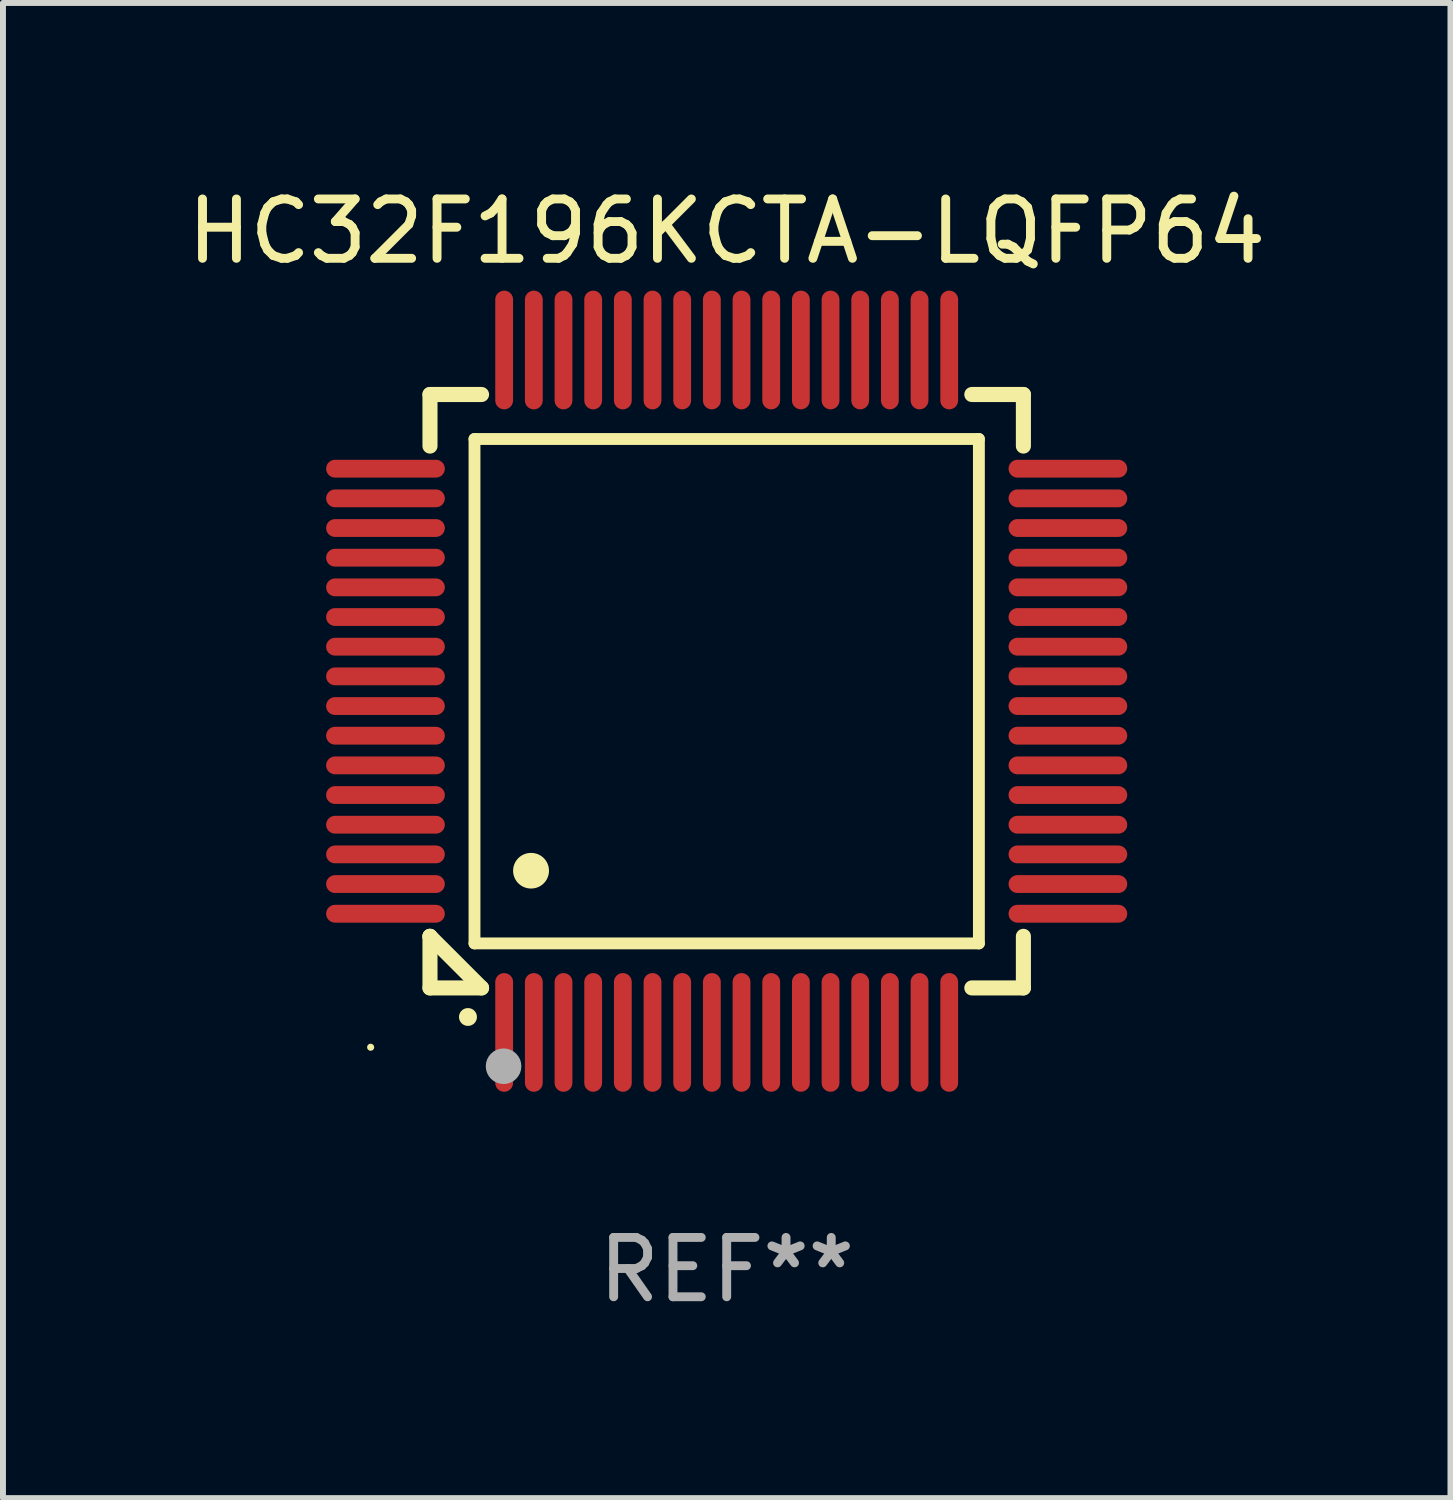
<source format=kicad_pcb>
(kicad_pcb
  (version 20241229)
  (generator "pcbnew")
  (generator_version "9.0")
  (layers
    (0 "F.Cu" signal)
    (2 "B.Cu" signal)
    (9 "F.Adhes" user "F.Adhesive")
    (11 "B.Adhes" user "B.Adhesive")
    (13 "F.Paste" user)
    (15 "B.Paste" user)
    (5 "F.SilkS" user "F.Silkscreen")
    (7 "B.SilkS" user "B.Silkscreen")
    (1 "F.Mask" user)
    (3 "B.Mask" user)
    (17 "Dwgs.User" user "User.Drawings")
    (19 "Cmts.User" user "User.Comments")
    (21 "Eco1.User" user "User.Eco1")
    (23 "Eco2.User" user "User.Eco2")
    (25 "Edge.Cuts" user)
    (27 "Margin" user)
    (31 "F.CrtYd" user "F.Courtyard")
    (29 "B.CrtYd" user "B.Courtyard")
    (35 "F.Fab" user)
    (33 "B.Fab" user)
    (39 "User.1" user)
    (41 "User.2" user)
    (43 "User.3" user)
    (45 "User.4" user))
  (footprint "HC32F196KCTA-LQFP64"
    (layer "F.Cu")
    (at 9.196 8.598)
    (property "Reference" "HC32F196KCTA-LQFP64" (at 0 -7.75 0) (layer "F.SilkS") (effects (font (size 1 1) (thickness 0.15))))
    (attr through_hole)
    (fp_line (start -5 -5) (end -4.131 -5) (stroke (width 0.254) (type solid)) (layer "F.SilkS"))
    (fp_line (start -5 -4.131) (end -5 -5) (stroke (width 0.254) (type solid)) (layer "F.SilkS"))
    (fp_line (start -5 4.131) (end -5 4.131) (stroke (width 0.254) (type solid)) (layer "F.SilkS"))
    (fp_line (start -5 5) (end -5 4.131) (stroke (width 0.254) (type solid)) (layer "F.SilkS"))
    (fp_line (start -5 4.131) (end -4.131 5) (stroke (width 0.254) (type solid)) (layer "F.SilkS"))
    (fp_line (start -4.25 -4.25) (end -4.25 4.25) (stroke (width 0.2) (type solid)) (layer "F.SilkS"))
    (fp_line (start -4.25 4.25) (end 4.25 4.25) (stroke (width 0.2) (type solid)) (layer "F.SilkS"))
    (fp_line (start -4.131 5) (end -5 5) (stroke (width 0.254) (type solid)) (layer "F.SilkS"))
    (fp_line (start 4.25 -4.25) (end -4.25 -4.25) (stroke (width 0.2) (type solid)) (layer "F.SilkS"))
    (fp_line (start 4.25 4.25) (end 4.25 -4.25) (stroke (width 0.2) (type solid)) (layer "F.SilkS"))
    (fp_line (start 5 -5) (end 4.131 -5) (stroke (width 0.254) (type solid)) (layer "F.SilkS"))
    (fp_line (start 5 -5) (end 5 -4.131) (stroke (width 0.254) (type solid)) (layer "F.SilkS"))
    (fp_line (start 5 4.131) (end 5 5) (stroke (width 0.254) (type solid)) (layer "F.SilkS"))
    (fp_line (start 5 5) (end 4.131 5) (stroke (width 0.254) (type solid)) (layer "F.SilkS"))
    (fp_arc (start -4.361265 5.489992) (mid -4.359995 5.489987) (end -4.358725 5.489992) (stroke (width 0.3) (type solid)) (layer "F.SilkS"))
    (fp_arc (start -3.299467 3.025146) (mid -3.296927 3.025135) (end -3.294387 3.025146) (stroke (width 0.6) (type solid)) (layer "F.SilkS"))
    (fp_circle (center -6 6) (end -5.97 6) (stroke (width 0.06) (type solid)) (fill no) (layer "F.SilkS"))
    (fp_circle (center -3.76 6.32) (end -3.61 6.32) (stroke (width 0.3) (type solid)) (fill no) (layer "F.Fab"))
    (fp_text user "REF**" (at 0 9.75 0) (layer "F.Fab") (effects (font (size 1 1) (thickness 0.15))))
    (pad "1" smd oval (at -3.75 5.75) (size 0.3 2) (layers "F.Cu" "F.Mask" "F.Paste"))
    (pad "2" smd oval (at -3.25 5.75) (size 0.3 2) (layers "F.Cu" "F.Mask" "F.Paste"))
    (pad "3" smd oval (at -2.75 5.75) (size 0.3 2) (layers "F.Cu" "F.Mask" "F.Paste"))
    (pad "4" smd oval (at -2.25 5.75) (size 0.3 2) (layers "F.Cu" "F.Mask" "F.Paste"))
    (pad "5" smd oval (at -1.75 5.75) (size 0.3 2) (layers "F.Cu" "F.Mask" "F.Paste"))
    (pad "6" smd oval (at -1.25 5.75) (size 0.3 2) (layers "F.Cu" "F.Mask" "F.Paste"))
    (pad "7" smd oval (at -0.75 5.75) (size 0.3 2) (layers "F.Cu" "F.Mask" "F.Paste"))
    (pad "8" smd oval (at -0.25 5.75) (size 0.3 2) (layers "F.Cu" "F.Mask" "F.Paste"))
    (pad "9" smd oval (at 0.25 5.75) (size 0.3 2) (layers "F.Cu" "F.Mask" "F.Paste"))
    (pad "10" smd oval (at 0.75 5.75) (size 0.3 2) (layers "F.Cu" "F.Mask" "F.Paste"))
    (pad "11" smd oval (at 1.25 5.75) (size 0.3 2) (layers "F.Cu" "F.Mask" "F.Paste"))
    (pad "12" smd oval (at 1.75 5.75) (size 0.3 2) (layers "F.Cu" "F.Mask" "F.Paste"))
    (pad "13" smd oval (at 2.25 5.75) (size 0.3 2) (layers "F.Cu" "F.Mask" "F.Paste"))
    (pad "14" smd oval (at 2.75 5.75) (size 0.3 2) (layers "F.Cu" "F.Mask" "F.Paste"))
    (pad "15" smd oval (at 3.25 5.75) (size 0.3 2) (layers "F.Cu" "F.Mask" "F.Paste"))
    (pad "16" smd oval (at 3.75 5.75) (size 0.3 2) (layers "F.Cu" "F.Mask" "F.Paste"))
    (pad "17" smd oval (at 5.75 3.75) (size 2 0.3) (layers "F.Cu" "F.Mask" "F.Paste"))
    (pad "18" smd oval (at 5.75 3.25) (size 2 0.3) (layers "F.Cu" "F.Mask" "F.Paste"))
    (pad "19" smd oval (at 5.75 2.75) (size 2 0.3) (layers "F.Cu" "F.Mask" "F.Paste"))
    (pad "20" smd oval (at 5.75 2.25) (size 2 0.3) (layers "F.Cu" "F.Mask" "F.Paste"))
    (pad "21" smd oval (at 5.75 1.75) (size 2 0.3) (layers "F.Cu" "F.Mask" "F.Paste"))
    (pad "22" smd oval (at 5.75 1.25) (size 2 0.3) (layers "F.Cu" "F.Mask" "F.Paste"))
    (pad "23" smd oval (at 5.75 0.75) (size 2 0.3) (layers "F.Cu" "F.Mask" "F.Paste"))
    (pad "24" smd oval (at 5.75 0.25) (size 2 0.3) (layers "F.Cu" "F.Mask" "F.Paste"))
    (pad "25" smd oval (at 5.75 -0.25) (size 2 0.3) (layers "F.Cu" "F.Mask" "F.Paste"))
    (pad "26" smd oval (at 5.75 -0.75) (size 2 0.3) (layers "F.Cu" "F.Mask" "F.Paste"))
    (pad "27" smd oval (at 5.75 -1.25) (size 2 0.3) (layers "F.Cu" "F.Mask" "F.Paste"))
    (pad "28" smd oval (at 5.75 -1.75) (size 2 0.3) (layers "F.Cu" "F.Mask" "F.Paste"))
    (pad "29" smd oval (at 5.75 -2.25) (size 2 0.3) (layers "F.Cu" "F.Mask" "F.Paste"))
    (pad "30" smd oval (at 5.75 -2.75) (size 2 0.3) (layers "F.Cu" "F.Mask" "F.Paste"))
    (pad "31" smd oval (at 5.75 -3.25) (size 2 0.3) (layers "F.Cu" "F.Mask" "F.Paste"))
    (pad "32" smd oval (at 5.75 -3.75) (size 2 0.3) (layers "F.Cu" "F.Mask" "F.Paste"))
    (pad "33" smd oval (at 3.75 -5.75) (size 0.3 2) (layers "F.Cu" "F.Mask" "F.Paste"))
    (pad "34" smd oval (at 3.25 -5.75) (size 0.3 2) (layers "F.Cu" "F.Mask" "F.Paste"))
    (pad "35" smd oval (at 2.75 -5.75) (size 0.3 2) (layers "F.Cu" "F.Mask" "F.Paste"))
    (pad "36" smd oval (at 2.25 -5.75) (size 0.3 2) (layers "F.Cu" "F.Mask" "F.Paste"))
    (pad "37" smd oval (at 1.75 -5.75) (size 0.3 2) (layers "F.Cu" "F.Mask" "F.Paste"))
    (pad "38" smd oval (at 1.25 -5.75) (size 0.3 2) (layers "F.Cu" "F.Mask" "F.Paste"))
    (pad "39" smd oval (at 0.75 -5.75) (size 0.3 2) (layers "F.Cu" "F.Mask" "F.Paste"))
    (pad "40" smd oval (at 0.25 -5.75) (size 0.3 2) (layers "F.Cu" "F.Mask" "F.Paste"))
    (pad "41" smd oval (at -0.25 -5.75) (size 0.3 2) (layers "F.Cu" "F.Mask" "F.Paste"))
    (pad "42" smd oval (at -0.75 -5.75) (size 0.3 2) (layers "F.Cu" "F.Mask" "F.Paste"))
    (pad "43" smd oval (at -1.25 -5.75) (size 0.3 2) (layers "F.Cu" "F.Mask" "F.Paste"))
    (pad "44" smd oval (at -1.75 -5.75) (size 0.3 2) (layers "F.Cu" "F.Mask" "F.Paste"))
    (pad "45" smd oval (at -2.25 -5.75) (size 0.3 2) (layers "F.Cu" "F.Mask" "F.Paste"))
    (pad "46" smd oval (at -2.75 -5.75) (size 0.3 2) (layers "F.Cu" "F.Mask" "F.Paste"))
    (pad "47" smd oval (at -3.25 -5.75) (size 0.3 2) (layers "F.Cu" "F.Mask" "F.Paste"))
    (pad "48" smd oval (at -3.75 -5.75) (size 0.3 2) (layers "F.Cu" "F.Mask" "F.Paste"))
    (pad "49" smd oval (at -5.75 -3.75) (size 2 0.3) (layers "F.Cu" "F.Mask" "F.Paste"))
    (pad "50" smd oval (at -5.75 -3.25) (size 2 0.3) (layers "F.Cu" "F.Mask" "F.Paste"))
    (pad "51" smd oval (at -5.75 -2.75) (size 2 0.3) (layers "F.Cu" "F.Mask" "F.Paste"))
    (pad "52" smd oval (at -5.75 -2.25) (size 2 0.3) (layers "F.Cu" "F.Mask" "F.Paste"))
    (pad "53" smd oval (at -5.75 -1.75) (size 2 0.3) (layers "F.Cu" "F.Mask" "F.Paste"))
    (pad "54" smd oval (at -5.75 -1.25) (size 2 0.3) (layers "F.Cu" "F.Mask" "F.Paste"))
    (pad "55" smd oval (at -5.75 -0.75) (size 2 0.3) (layers "F.Cu" "F.Mask" "F.Paste"))
    (pad "56" smd oval (at -5.75 -0.25) (size 2 0.3) (layers "F.Cu" "F.Mask" "F.Paste"))
    (pad "57" smd oval (at -5.75 0.25) (size 2 0.3) (layers "F.Cu" "F.Mask" "F.Paste"))
    (pad "58" smd oval (at -5.75 0.75) (size 2 0.3) (layers "F.Cu" "F.Mask" "F.Paste"))
    (pad "59" smd oval (at -5.75 1.25) (size 2 0.3) (layers "F.Cu" "F.Mask" "F.Paste"))
    (pad "60" smd oval (at -5.75 1.75) (size 2 0.3) (layers "F.Cu" "F.Mask" "F.Paste"))
    (pad "61" smd oval (at -5.75 2.25) (size 2 0.3) (layers "F.Cu" "F.Mask" "F.Paste"))
    (pad "62" smd oval (at -5.75 2.75) (size 2 0.3) (layers "F.Cu" "F.Mask" "F.Paste"))
    (pad "63" smd oval (at -5.75 3.25) (size 2 0.3) (layers "F.Cu" "F.Mask" "F.Paste"))
    (pad "64" smd oval (at -5.75 3.75) (size 2 0.3) (layers "F.Cu" "F.Mask" "F.Paste")))
  (gr_rect
    (start -3 -3)
    (end 21.393 22.196)
    (stroke (width 0.1) (type default))
    (fill no)
    (layer "Edge.Cuts")))
</source>
